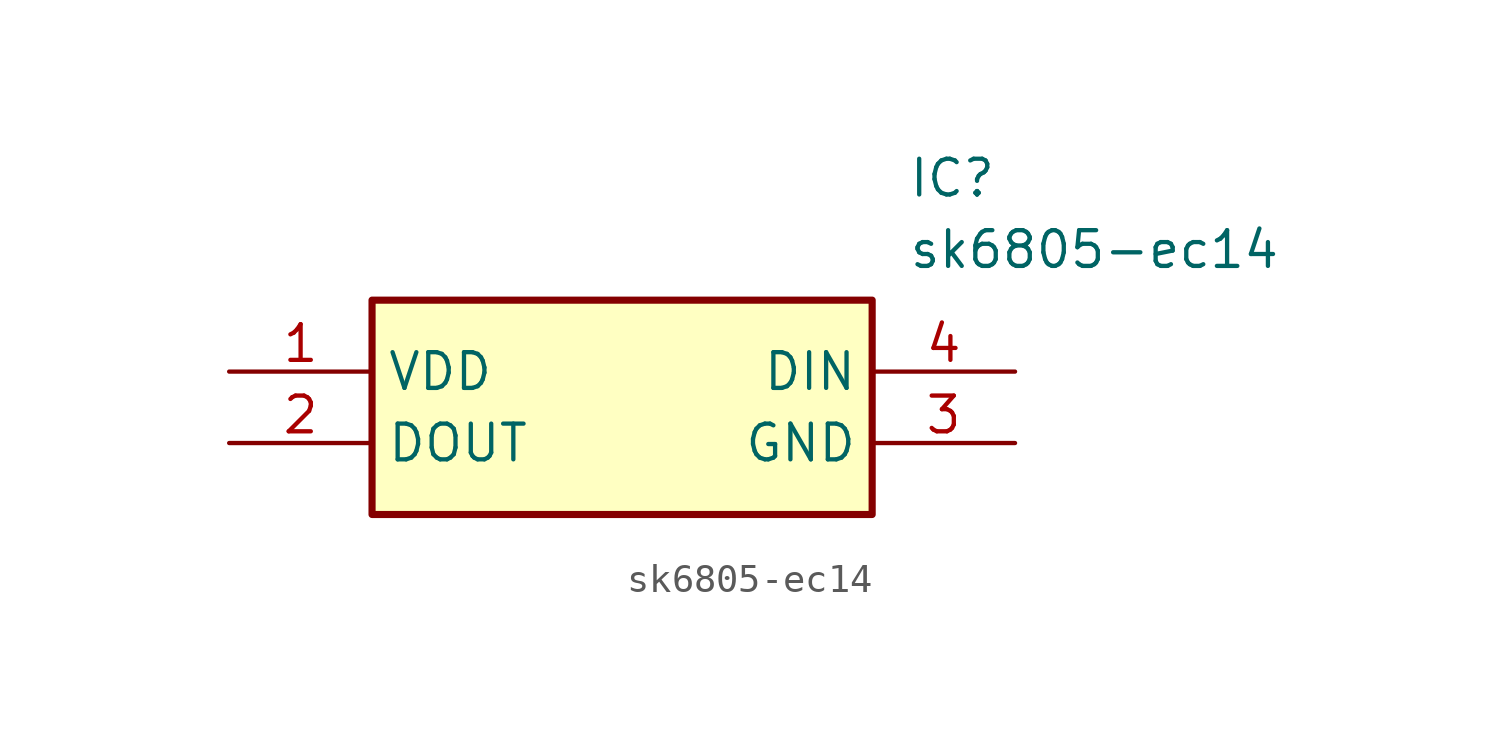
<source format=kicad_sym>
(kicad_symbol_lib
  (version 20211014)
  (generator SamacSys_ECAD_Model)
  (symbol "sk6805-ec14"
    (property "Reference" "IC"
      (at 24.13 7.62 0)
      (effects (font (size 1.27 1.27)) (justify left top)))
    (property "Value" "sk6805-ec14"
      (at 24.13 5.08 0)
      (effects (font (size 1.27 1.27)) (justify left top)))
    (rectangle
      (start 5.08 2.54)
      (end 22.86 -5.08)
      (stroke (width 0.254) (type default))
      (fill (type background)))
    (pin passive line
      (at 0 0 0)
      (length 5.08)
      (name "VDD" (effects (font (size 1.27 1.27))))
      (number "1" (effects (font (size 1.27 1.27)))))
    (pin passive line
      (at 0 -2.54 0)
      (length 5.08)
      (name "DOUT" (effects (font (size 1.27 1.27))))
      (number "2" (effects (font (size 1.27 1.27)))))
    (pin passive line
      (at 27.94 -2.54 180)
      (length 5.08)
      (name "GND" (effects (font (size 1.27 1.27))))
      (number "3" (effects (font (size 1.27 1.27)))))
    (pin passive line
      (at 27.94 0 180)
      (length 5.08)
      (name "DIN" (effects (font (size 1.27 1.27))))
      (number "4" (effects (font (size 1.27 1.27)))))))
</source>
